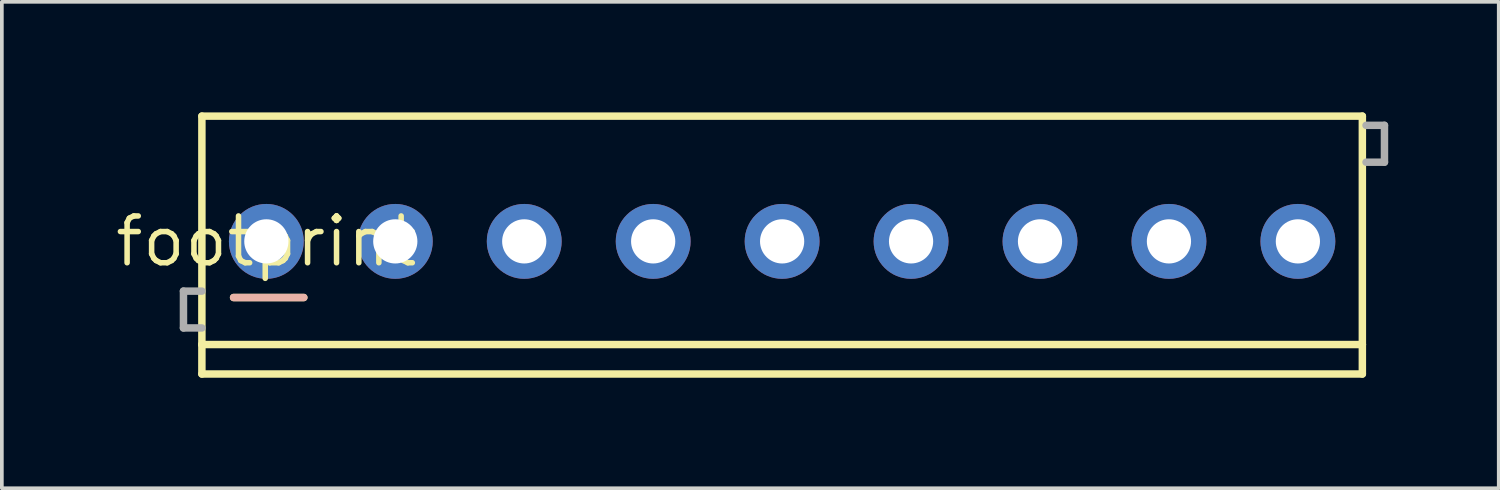
<source format=kicad_pcb>
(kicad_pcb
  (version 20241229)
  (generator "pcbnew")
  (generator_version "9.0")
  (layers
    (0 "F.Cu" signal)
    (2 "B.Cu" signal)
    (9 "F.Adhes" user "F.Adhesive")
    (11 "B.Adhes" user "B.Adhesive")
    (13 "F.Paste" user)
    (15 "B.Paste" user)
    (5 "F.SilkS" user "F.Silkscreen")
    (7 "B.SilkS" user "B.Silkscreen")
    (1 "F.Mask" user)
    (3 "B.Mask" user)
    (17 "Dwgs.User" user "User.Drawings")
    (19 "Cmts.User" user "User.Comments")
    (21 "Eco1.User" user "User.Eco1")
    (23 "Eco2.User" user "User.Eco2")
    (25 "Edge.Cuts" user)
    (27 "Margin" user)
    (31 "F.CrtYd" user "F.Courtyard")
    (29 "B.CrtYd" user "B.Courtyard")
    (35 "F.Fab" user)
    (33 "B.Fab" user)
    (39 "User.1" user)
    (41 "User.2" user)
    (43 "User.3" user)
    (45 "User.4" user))
  (footprint "footprint"
    (layer "F.Cu")
    (at 4.18 3.502)
    (property "Reference" "footprint" (at 0 0 0) (layer "F.SilkS") (effects (font (size 1.27 1.27) (thickness 0.15))))
    (fp_line (start -1.75 -3.4) (end 29.75 -3.4) (stroke (width 0.203) (type solid)) (layer "F.SilkS"))
    (fp_line (start -1.75 2.8) (end -1.75 -3.4) (stroke (width 0.203) (type solid)) (layer "F.SilkS"))
    (fp_line (start -1.75 3.6) (end -1.75 2.8) (stroke (width 0.203) (type solid)) (layer "F.SilkS"))
    (fp_line (start 1.016 1.524) (end -0.889 1.524) (stroke (width 0.203) (type solid)) (layer "F.SilkS"))
    (fp_line (start 29.75 -3.4) (end 29.75 2.8) (stroke (width 0.203) (type solid)) (layer "F.SilkS"))
    (fp_line (start 29.75 2.8) (end -1.75 2.8) (stroke (width 0.203) (type solid)) (layer "F.SilkS"))
    (fp_line (start 29.75 2.8) (end 29.75 3.6) (stroke (width 0.203) (type solid)) (layer "F.SilkS"))
    (fp_line (start 29.75 3.6) (end -1.75 3.6) (stroke (width 0.203) (type solid)) (layer "F.SilkS"))
    (fp_line (start -0.889 1.524) (end 1.016 1.524) (stroke (width 0.203) (type solid)) (layer "B.SilkS"))
    (fp_line (start -2.25 1.35) (end -2.25 2.35) (stroke (width 0.203) (type solid)) (layer "F.Fab"))
    (fp_line (start -2.25 2.35) (end -1.75 2.35) (stroke (width 0.203) (type solid)) (layer "F.Fab"))
    (fp_line (start -1.75 1.35) (end -2.25 1.35) (stroke (width 0.203) (type solid)) (layer "F.Fab"))
    (fp_line (start 29.85 -3.15) (end 30.35 -3.15) (stroke (width 0.203) (type solid)) (layer "F.Fab"))
    (fp_line (start 30.35 -3.15) (end 30.35 -2.15) (stroke (width 0.203) (type solid)) (layer "F.Fab"))
    (fp_line (start 30.35 -2.15) (end 29.85 -2.15) (stroke (width 0.203) (type solid)) (layer "F.Fab"))
    (pad "1" thru_hole circle (at 0 0) (size 2.032 2.032) (drill 1.2) (layers "*.Cu" "*.Mask"))
    (pad "2" thru_hole circle (at 3.5 0) (size 2.032 2.032) (drill 1.2) (layers "*.Cu" "*.Mask"))
    (pad "3" thru_hole circle (at 7 0) (size 2.032 2.032) (drill 1.2) (layers "*.Cu" "*.Mask"))
    (pad "4" thru_hole circle (at 10.5 0) (size 2.032 2.032) (drill 1.2) (layers "*.Cu" "*.Mask"))
    (pad "5" thru_hole circle (at 14 0) (size 2.032 2.032) (drill 1.2) (layers "*.Cu" "*.Mask"))
    (pad "6" thru_hole circle (at 17.5 0) (size 2.032 2.032) (drill 1.2) (layers "*.Cu" "*.Mask"))
    (pad "7" thru_hole circle (at 21 0) (size 2.032 2.032) (drill 1.2) (layers "*.Cu" "*.Mask"))
    (pad "8" thru_hole circle (at 24.5 0) (size 2.032 2.032) (drill 1.2) (layers "*.Cu" "*.Mask"))
    (pad "9" thru_hole circle (at 28 0) (size 2.032 2.032) (drill 1.2) (layers "*.Cu" "*.Mask")))
  (gr_rect
    (start -3 -3)
    (end 37.632 10.203)
    (stroke (width 0.1) (type default))
    (fill no)
    (layer "Edge.Cuts")))
</source>
